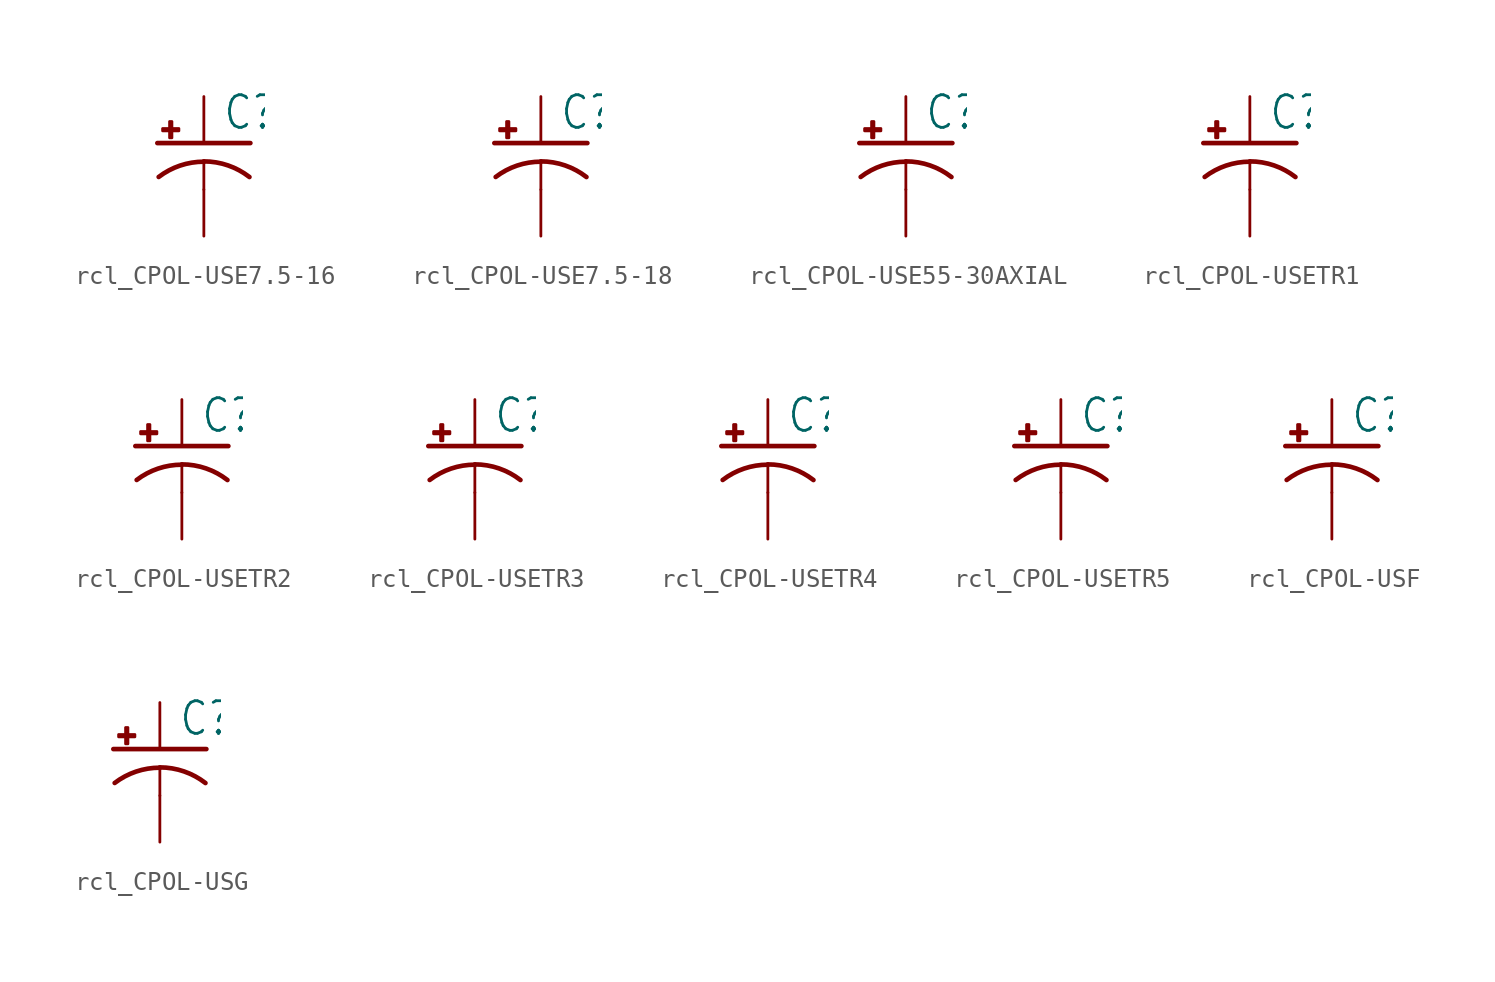
<source format=kicad_sym>
(kicad_symbol_lib
  (version 20220914)
  (generator kicad_symbol_editor)
  (symbol "rcl_CPOL-USE7.5-16"
    (property "Reference" "C"
      (at 1.016 0.635 0)
      (effects (font (size 1.778 1.511)) (justify left bottom)))
    (property "Value" ""
      (at 1.016 -4.191 0)
      (effects (font (size 1.778 1.511)) (justify left bottom)))
    (property "ki_locked" ""
      (at 0 0 0)
      (effects (font (size 1.27 1.27))))
    (symbol "rcl_CPOL-USE7.5-16_1_0"
      (rectangle (start -2.253 0.668) (end -1.364 0.795) (stroke (width 0) (type default)) (fill (type outline)))
      (rectangle (start -1.872 0.287) (end -1.745 1.176) (stroke (width 0) (type default)) (fill (type outline)))
      (arc (start 0 -1.0161) (mid -1.3021 -1.2303) (end -2.4669 -1.8504) (stroke (width 0.254) (type solid)) (fill (type none)))
      (polyline (pts (xy -2.54 0) (xy 2.54 0)) (stroke (width 0.254) (type solid)) (fill (type none)))
      (polyline (pts (xy 0 -1.016) (xy 0 -2.54)) (stroke (width 0.152) (type solid)) (fill (type none)))
      (arc (start 2.4892 -1.8541) (mid 1.3158 -1.2194) (end 0 -1) (stroke (width 0.254) (type solid)) (fill (type none)))
      (pin passive line (at 0 2.54 270) (length 2.54) (name "+" (effects (font (size 0 0)))) (number "+" (effects (font (size 0 0)))))
      (pin passive line (at 0 -5.08 90) (length 2.54) (name "-" (effects (font (size 0 0)))) (number "-" (effects (font (size 0 0)))))))
  (symbol "rcl_CPOL-USE7.5-18"
    (property "Reference" "C"
      (at 1.016 0.635 0)
      (effects (font (size 1.778 1.511)) (justify left bottom)))
    (property "Value" ""
      (at 1.016 -4.191 0)
      (effects (font (size 1.778 1.511)) (justify left bottom)))
    (property "ki_locked" ""
      (at 0 0 0)
      (effects (font (size 1.27 1.27))))
    (symbol "rcl_CPOL-USE7.5-18_1_0"
      (rectangle (start -2.253 0.668) (end -1.364 0.795) (stroke (width 0) (type default)) (fill (type outline)))
      (rectangle (start -1.872 0.287) (end -1.745 1.176) (stroke (width 0) (type default)) (fill (type outline)))
      (arc (start 0 -1.0161) (mid -1.3021 -1.2303) (end -2.4669 -1.8504) (stroke (width 0.254) (type solid)) (fill (type none)))
      (polyline (pts (xy -2.54 0) (xy 2.54 0)) (stroke (width 0.254) (type solid)) (fill (type none)))
      (polyline (pts (xy 0 -1.016) (xy 0 -2.54)) (stroke (width 0.152) (type solid)) (fill (type none)))
      (arc (start 2.4892 -1.8541) (mid 1.3158 -1.2194) (end 0 -1) (stroke (width 0.254) (type solid)) (fill (type none)))
      (pin passive line (at 0 2.54 270) (length 2.54) (name "+" (effects (font (size 0 0)))) (number "+" (effects (font (size 0 0)))))
      (pin passive line (at 0 -5.08 90) (length 2.54) (name "-" (effects (font (size 0 0)))) (number "-" (effects (font (size 0 0)))))))
  (symbol "rcl_CPOL-USE55-30AXIAL"
    (property "Reference" "C"
      (at 1.016 0.635 0)
      (effects (font (size 1.778 1.511)) (justify left bottom)))
    (property "Value" ""
      (at 1.016 -4.191 0)
      (effects (font (size 1.778 1.511)) (justify left bottom)))
    (property "ki_locked" ""
      (at 0 0 0)
      (effects (font (size 1.27 1.27))))
    (symbol "rcl_CPOL-USE55-30AXIAL_1_0"
      (rectangle (start -2.253 0.668) (end -1.364 0.795) (stroke (width 0) (type default)) (fill (type outline)))
      (rectangle (start -1.872 0.287) (end -1.745 1.176) (stroke (width 0) (type default)) (fill (type outline)))
      (arc (start 0 -1.0161) (mid -1.3021 -1.2303) (end -2.4669 -1.8504) (stroke (width 0.254) (type solid)) (fill (type none)))
      (polyline (pts (xy -2.54 0) (xy 2.54 0)) (stroke (width 0.254) (type solid)) (fill (type none)))
      (polyline (pts (xy 0 -1.016) (xy 0 -2.54)) (stroke (width 0.152) (type solid)) (fill (type none)))
      (arc (start 2.4892 -1.8541) (mid 1.3158 -1.2194) (end 0 -1) (stroke (width 0.254) (type solid)) (fill (type none)))
      (pin passive line (at 0 2.54 270) (length 2.54) (name "+" (effects (font (size 0 0)))) (number "+" (effects (font (size 0 0)))))
      (pin passive line (at 0 -5.08 90) (length 2.54) (name "-" (effects (font (size 0 0)))) (number "-" (effects (font (size 0 0)))))))
  (symbol "rcl_CPOL-USETR1"
    (property "Reference" "C"
      (at 1.016 0.635 0)
      (effects (font (size 1.778 1.511)) (justify left bottom)))
    (property "Value" ""
      (at 1.016 -4.191 0)
      (effects (font (size 1.778 1.511)) (justify left bottom)))
    (property "ki_locked" ""
      (at 0 0 0)
      (effects (font (size 1.27 1.27))))
    (symbol "rcl_CPOL-USETR1_1_0"
      (rectangle (start -2.253 0.668) (end -1.364 0.795) (stroke (width 0) (type default)) (fill (type outline)))
      (rectangle (start -1.872 0.287) (end -1.745 1.176) (stroke (width 0) (type default)) (fill (type outline)))
      (arc (start 0 -1.0161) (mid -1.3021 -1.2303) (end -2.4669 -1.8504) (stroke (width 0.254) (type solid)) (fill (type none)))
      (polyline (pts (xy -2.54 0) (xy 2.54 0)) (stroke (width 0.254) (type solid)) (fill (type none)))
      (polyline (pts (xy 0 -1.016) (xy 0 -2.54)) (stroke (width 0.152) (type solid)) (fill (type none)))
      (arc (start 2.4892 -1.8541) (mid 1.3158 -1.2194) (end 0 -1) (stroke (width 0.254) (type solid)) (fill (type none)))
      (pin passive line (at 0 2.54 270) (length 2.54) (name "+" (effects (font (size 0 0)))) (number "+" (effects (font (size 0 0)))))
      (pin passive line (at 0 -5.08 90) (length 2.54) (name "-" (effects (font (size 0 0)))) (number "-" (effects (font (size 0 0)))))))
  (symbol "rcl_CPOL-USETR2"
    (property "Reference" "C"
      (at 1.016 0.635 0)
      (effects (font (size 1.778 1.511)) (justify left bottom)))
    (property "Value" ""
      (at 1.016 -4.191 0)
      (effects (font (size 1.778 1.511)) (justify left bottom)))
    (property "ki_locked" ""
      (at 0 0 0)
      (effects (font (size 1.27 1.27))))
    (symbol "rcl_CPOL-USETR2_1_0"
      (rectangle (start -2.253 0.668) (end -1.364 0.795) (stroke (width 0) (type default)) (fill (type outline)))
      (rectangle (start -1.872 0.287) (end -1.745 1.176) (stroke (width 0) (type default)) (fill (type outline)))
      (arc (start 0 -1.0161) (mid -1.3021 -1.2303) (end -2.4669 -1.8504) (stroke (width 0.254) (type solid)) (fill (type none)))
      (polyline (pts (xy -2.54 0) (xy 2.54 0)) (stroke (width 0.254) (type solid)) (fill (type none)))
      (polyline (pts (xy 0 -1.016) (xy 0 -2.54)) (stroke (width 0.152) (type solid)) (fill (type none)))
      (arc (start 2.4892 -1.8541) (mid 1.3158 -1.2194) (end 0 -1) (stroke (width 0.254) (type solid)) (fill (type none)))
      (pin passive line (at 0 2.54 270) (length 2.54) (name "+" (effects (font (size 0 0)))) (number "+" (effects (font (size 0 0)))))
      (pin passive line (at 0 -5.08 90) (length 2.54) (name "-" (effects (font (size 0 0)))) (number "-" (effects (font (size 0 0)))))))
  (symbol "rcl_CPOL-USETR3"
    (property "Reference" "C"
      (at 1.016 0.635 0)
      (effects (font (size 1.778 1.511)) (justify left bottom)))
    (property "Value" ""
      (at 1.016 -4.191 0)
      (effects (font (size 1.778 1.511)) (justify left bottom)))
    (property "ki_locked" ""
      (at 0 0 0)
      (effects (font (size 1.27 1.27))))
    (symbol "rcl_CPOL-USETR3_1_0"
      (rectangle (start -2.253 0.668) (end -1.364 0.795) (stroke (width 0) (type default)) (fill (type outline)))
      (rectangle (start -1.872 0.287) (end -1.745 1.176) (stroke (width 0) (type default)) (fill (type outline)))
      (arc (start 0 -1.0161) (mid -1.3021 -1.2303) (end -2.4669 -1.8504) (stroke (width 0.254) (type solid)) (fill (type none)))
      (polyline (pts (xy -2.54 0) (xy 2.54 0)) (stroke (width 0.254) (type solid)) (fill (type none)))
      (polyline (pts (xy 0 -1.016) (xy 0 -2.54)) (stroke (width 0.152) (type solid)) (fill (type none)))
      (arc (start 2.4892 -1.8541) (mid 1.3158 -1.2194) (end 0 -1) (stroke (width 0.254) (type solid)) (fill (type none)))
      (pin passive line (at 0 2.54 270) (length 2.54) (name "+" (effects (font (size 0 0)))) (number "+" (effects (font (size 0 0)))))
      (pin passive line (at 0 -5.08 90) (length 2.54) (name "-" (effects (font (size 0 0)))) (number "-" (effects (font (size 0 0)))))))
  (symbol "rcl_CPOL-USETR4"
    (property "Reference" "C"
      (at 1.016 0.635 0)
      (effects (font (size 1.778 1.511)) (justify left bottom)))
    (property "Value" ""
      (at 1.016 -4.191 0)
      (effects (font (size 1.778 1.511)) (justify left bottom)))
    (property "ki_locked" ""
      (at 0 0 0)
      (effects (font (size 1.27 1.27))))
    (symbol "rcl_CPOL-USETR4_1_0"
      (rectangle (start -2.253 0.668) (end -1.364 0.795) (stroke (width 0) (type default)) (fill (type outline)))
      (rectangle (start -1.872 0.287) (end -1.745 1.176) (stroke (width 0) (type default)) (fill (type outline)))
      (arc (start 0 -1.0161) (mid -1.3021 -1.2303) (end -2.4669 -1.8504) (stroke (width 0.254) (type solid)) (fill (type none)))
      (polyline (pts (xy -2.54 0) (xy 2.54 0)) (stroke (width 0.254) (type solid)) (fill (type none)))
      (polyline (pts (xy 0 -1.016) (xy 0 -2.54)) (stroke (width 0.152) (type solid)) (fill (type none)))
      (arc (start 2.4892 -1.8541) (mid 1.3158 -1.2194) (end 0 -1) (stroke (width 0.254) (type solid)) (fill (type none)))
      (pin passive line (at 0 2.54 270) (length 2.54) (name "+" (effects (font (size 0 0)))) (number "+" (effects (font (size 0 0)))))
      (pin passive line (at 0 -5.08 90) (length 2.54) (name "-" (effects (font (size 0 0)))) (number "-" (effects (font (size 0 0)))))))
  (symbol "rcl_CPOL-USETR5"
    (property "Reference" "C"
      (at 1.016 0.635 0)
      (effects (font (size 1.778 1.511)) (justify left bottom)))
    (property "Value" ""
      (at 1.016 -4.191 0)
      (effects (font (size 1.778 1.511)) (justify left bottom)))
    (property "ki_locked" ""
      (at 0 0 0)
      (effects (font (size 1.27 1.27))))
    (symbol "rcl_CPOL-USETR5_1_0"
      (rectangle (start -2.253 0.668) (end -1.364 0.795) (stroke (width 0) (type default)) (fill (type outline)))
      (rectangle (start -1.872 0.287) (end -1.745 1.176) (stroke (width 0) (type default)) (fill (type outline)))
      (arc (start 0 -1.0161) (mid -1.3021 -1.2303) (end -2.4669 -1.8504) (stroke (width 0.254) (type solid)) (fill (type none)))
      (polyline (pts (xy -2.54 0) (xy 2.54 0)) (stroke (width 0.254) (type solid)) (fill (type none)))
      (polyline (pts (xy 0 -1.016) (xy 0 -2.54)) (stroke (width 0.152) (type solid)) (fill (type none)))
      (arc (start 2.4892 -1.8541) (mid 1.3158 -1.2194) (end 0 -1) (stroke (width 0.254) (type solid)) (fill (type none)))
      (pin passive line (at 0 2.54 270) (length 2.54) (name "+" (effects (font (size 0 0)))) (number "+" (effects (font (size 0 0)))))
      (pin passive line (at 0 -5.08 90) (length 2.54) (name "-" (effects (font (size 0 0)))) (number "-" (effects (font (size 0 0)))))))
  (symbol "rcl_CPOL-USF"
    (property "Reference" "C"
      (at 1.016 0.635 0)
      (effects (font (size 1.778 1.511)) (justify left bottom)))
    (property "Value" ""
      (at 1.016 -4.191 0)
      (effects (font (size 1.778 1.511)) (justify left bottom)))
    (property "ki_locked" ""
      (at 0 0 0)
      (effects (font (size 1.27 1.27))))
    (symbol "rcl_CPOL-USF_1_0"
      (rectangle (start -2.253 0.668) (end -1.364 0.795) (stroke (width 0) (type default)) (fill (type outline)))
      (rectangle (start -1.872 0.287) (end -1.745 1.176) (stroke (width 0) (type default)) (fill (type outline)))
      (arc (start 0 -1.0161) (mid -1.3021 -1.2303) (end -2.4669 -1.8504) (stroke (width 0.254) (type solid)) (fill (type none)))
      (polyline (pts (xy -2.54 0) (xy 2.54 0)) (stroke (width 0.254) (type solid)) (fill (type none)))
      (polyline (pts (xy 0 -1.016) (xy 0 -2.54)) (stroke (width 0.152) (type solid)) (fill (type none)))
      (arc (start 2.4892 -1.8541) (mid 1.3158 -1.2194) (end 0 -1) (stroke (width 0.254) (type solid)) (fill (type none)))
      (pin passive line (at 0 2.54 270) (length 2.54) (name "+" (effects (font (size 0 0)))) (number "+" (effects (font (size 0 0)))))
      (pin passive line (at 0 -5.08 90) (length 2.54) (name "-" (effects (font (size 0 0)))) (number "-" (effects (font (size 0 0)))))))
  (symbol "rcl_CPOL-USG"
    (property "Reference" "C"
      (at 1.016 0.635 0)
      (effects (font (size 1.778 1.511)) (justify left bottom)))
    (property "Value" ""
      (at 1.016 -4.191 0)
      (effects (font (size 1.778 1.511)) (justify left bottom)))
    (property "ki_locked" ""
      (at 0 0 0)
      (effects (font (size 1.27 1.27))))
    (symbol "rcl_CPOL-USG_1_0"
      (rectangle (start -2.253 0.668) (end -1.364 0.795) (stroke (width 0) (type default)) (fill (type outline)))
      (rectangle (start -1.872 0.287) (end -1.745 1.176) (stroke (width 0) (type default)) (fill (type outline)))
      (arc (start 0 -1.0161) (mid -1.3021 -1.2303) (end -2.4669 -1.8504) (stroke (width 0.254) (type solid)) (fill (type none)))
      (polyline (pts (xy -2.54 0) (xy 2.54 0)) (stroke (width 0.254) (type solid)) (fill (type none)))
      (polyline (pts (xy 0 -1.016) (xy 0 -2.54)) (stroke (width 0.152) (type solid)) (fill (type none)))
      (arc (start 2.4892 -1.8541) (mid 1.3158 -1.2194) (end 0 -1) (stroke (width 0.254) (type solid)) (fill (type none)))
      (pin passive line (at 0 2.54 270) (length 2.54) (name "+" (effects (font (size 0 0)))) (number "+" (effects (font (size 0 0)))))
      (pin passive line (at 0 -5.08 90) (length 2.54) (name "-" (effects (font (size 0 0)))) (number "-" (effects (font (size 0 0))))))))
</source>
